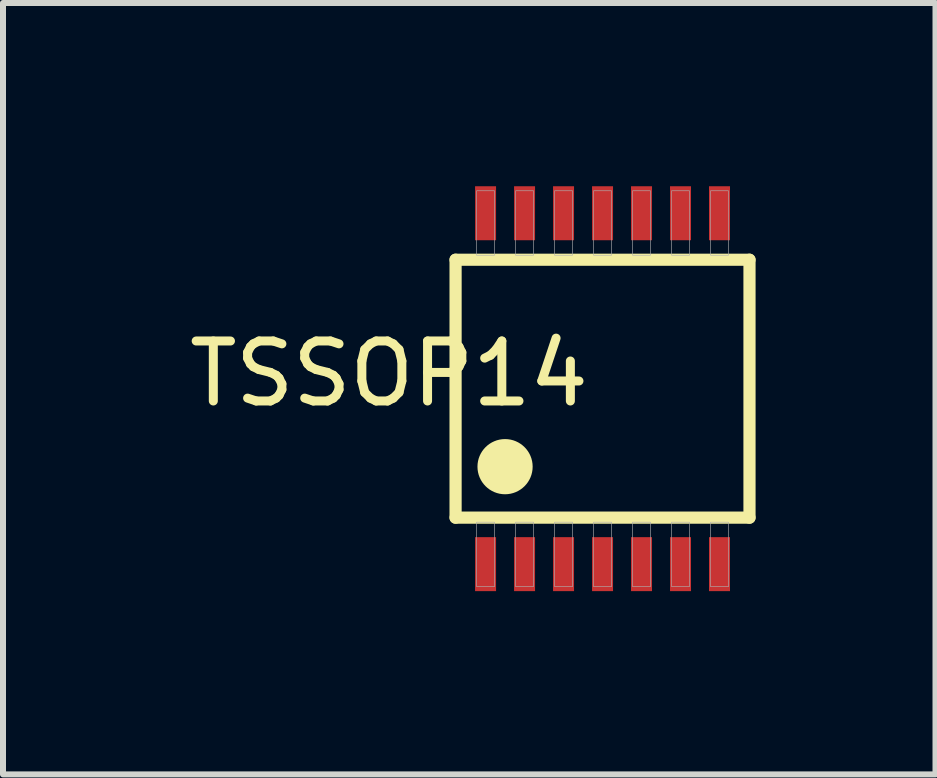
<source format=kicad_pcb>
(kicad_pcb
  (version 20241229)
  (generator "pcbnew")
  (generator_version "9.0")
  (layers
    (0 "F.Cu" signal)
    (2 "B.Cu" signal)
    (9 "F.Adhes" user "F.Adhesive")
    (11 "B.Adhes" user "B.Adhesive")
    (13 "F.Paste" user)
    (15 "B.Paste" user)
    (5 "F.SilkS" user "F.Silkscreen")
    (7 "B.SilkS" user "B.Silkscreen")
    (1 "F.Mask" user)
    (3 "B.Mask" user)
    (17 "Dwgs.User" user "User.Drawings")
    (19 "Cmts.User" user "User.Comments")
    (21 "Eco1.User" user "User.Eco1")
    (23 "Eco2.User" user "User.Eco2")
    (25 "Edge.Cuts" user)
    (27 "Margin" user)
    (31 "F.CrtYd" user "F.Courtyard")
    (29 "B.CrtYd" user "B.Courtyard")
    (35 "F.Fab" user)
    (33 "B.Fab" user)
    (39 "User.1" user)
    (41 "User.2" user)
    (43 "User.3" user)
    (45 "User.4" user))
  (footprint "TSSOP14"
    (layer "F.Cu")
    (at 6.995 3.43)
    (property "Reference" "TSSOP14" (at -3.56 -0.25 180) (layer "F.SilkS") (effects (font (size 1 1) (thickness 0.15))))
    (attr through_hole)
    (fp_poly (pts (xy -2.175 -3.425) (xy -1.725 -3.425) (xy -1.725 -2.425) (xy -2.175 -2.425)) (stroke (width 0.01) (type solid)) (fill yes) (layer "F.Mask"))
    (fp_poly (pts (xy -2.175 2.425) (xy -1.725 2.425) (xy -1.725 3.425) (xy -2.175 3.425)) (stroke (width 0.01) (type solid)) (fill yes) (layer "F.Mask"))
    (fp_poly (pts (xy -1.525 -3.425) (xy -1.075 -3.425) (xy -1.075 -2.425) (xy -1.525 -2.425)) (stroke (width 0.01) (type solid)) (fill yes) (layer "F.Mask"))
    (fp_poly (pts (xy -1.525 2.425) (xy -1.075 2.425) (xy -1.075 3.425) (xy -1.525 3.425)) (stroke (width 0.01) (type solid)) (fill yes) (layer "F.Mask"))
    (fp_poly (pts (xy -0.875 -3.425) (xy -0.425 -3.425) (xy -0.425 -2.425) (xy -0.875 -2.425)) (stroke (width 0.01) (type solid)) (fill yes) (layer "F.Mask"))
    (fp_poly (pts (xy -0.875 2.425) (xy -0.425 2.425) (xy -0.425 3.425) (xy -0.875 3.425)) (stroke (width 0.01) (type solid)) (fill yes) (layer "F.Mask"))
    (fp_poly (pts (xy -0.225 -3.425) (xy 0.225 -3.425) (xy 0.225 -2.425) (xy -0.225 -2.425)) (stroke (width 0.01) (type solid)) (fill yes) (layer "F.Mask"))
    (fp_poly (pts (xy -0.225 2.425) (xy 0.225 2.425) (xy 0.225 3.425) (xy -0.225 3.425)) (stroke (width 0.01) (type solid)) (fill yes) (layer "F.Mask"))
    (fp_poly (pts (xy 0.425 -3.425) (xy 0.875 -3.425) (xy 0.875 -2.425) (xy 0.425 -2.425)) (stroke (width 0.01) (type solid)) (fill yes) (layer "F.Mask"))
    (fp_poly (pts (xy 0.425 2.425) (xy 0.875 2.425) (xy 0.875 3.425) (xy 0.425 3.425)) (stroke (width 0.01) (type solid)) (fill yes) (layer "F.Mask"))
    (fp_poly (pts (xy 1.075 -3.425) (xy 1.525 -3.425) (xy 1.525 -2.425) (xy 1.075 -2.425)) (stroke (width 0.01) (type solid)) (fill yes) (layer "F.Mask"))
    (fp_poly (pts (xy 1.075 2.425) (xy 1.525 2.425) (xy 1.525 3.425) (xy 1.075 3.425)) (stroke (width 0.01) (type solid)) (fill yes) (layer "F.Mask"))
    (fp_poly (pts (xy 1.725 -3.425) (xy 2.175 -3.425) (xy 2.175 -2.425) (xy 1.725 -2.425)) (stroke (width 0.01) (type solid)) (fill yes) (layer "F.Mask"))
    (fp_poly (pts (xy 1.725 2.425) (xy 2.175 2.425) (xy 2.175 3.425) (xy 1.725 3.425)) (stroke (width 0.01) (type solid)) (fill yes) (layer "F.Mask"))
    (fp_line (start -2.45 -2.15) (end 2.45 -2.15) (stroke (width 0.203) (type solid)) (layer "F.SilkS"))
    (fp_line (start -2.45 2.15) (end -2.45 -2.15) (stroke (width 0.203) (type solid)) (layer "F.SilkS"))
    (fp_line (start 2.45 -2.15) (end 2.45 2.15) (stroke (width 0.203) (type solid)) (layer "F.SilkS"))
    (fp_line (start 2.45 2.15) (end -2.45 2.15) (stroke (width 0.203) (type solid)) (layer "F.SilkS"))
    (fp_circle (center -1.625 1.3) (end -1.165 1.3) (stroke (width 0) (type solid)) (fill yes) (layer "F.SilkS"))
    (fp_poly (pts (xy -2.1 -3.3) (xy -1.8 -3.3) (xy -1.8 -2.225) (xy -2.1 -2.225)) (stroke (width 0.01) (type solid)) (fill no) (layer "F.Fab"))
    (fp_poly (pts (xy -2.1 2.225) (xy -1.8 2.225) (xy -1.8 3.3) (xy -2.1 3.3)) (stroke (width 0.01) (type solid)) (fill no) (layer "F.Fab"))
    (fp_poly (pts (xy -1.45 -3.3) (xy -1.15 -3.3) (xy -1.15 -2.225) (xy -1.45 -2.225)) (stroke (width 0.01) (type solid)) (fill no) (layer "F.Fab"))
    (fp_poly (pts (xy -1.45 2.225) (xy -1.15 2.225) (xy -1.15 3.3) (xy -1.45 3.3)) (stroke (width 0.01) (type solid)) (fill no) (layer "F.Fab"))
    (fp_poly (pts (xy -0.8 -3.3) (xy -0.5 -3.3) (xy -0.5 -2.225) (xy -0.8 -2.225)) (stroke (width 0.01) (type solid)) (fill no) (layer "F.Fab"))
    (fp_poly (pts (xy -0.8 2.225) (xy -0.5 2.225) (xy -0.5 3.3) (xy -0.8 3.3)) (stroke (width 0.01) (type solid)) (fill no) (layer "F.Fab"))
    (fp_poly (pts (xy -0.15 -3.3) (xy 0.15 -3.3) (xy 0.15 -2.225) (xy -0.15 -2.225)) (stroke (width 0.01) (type solid)) (fill no) (layer "F.Fab"))
    (fp_poly (pts (xy -0.15 2.225) (xy 0.15 2.225) (xy 0.15 3.3) (xy -0.15 3.3)) (stroke (width 0.01) (type solid)) (fill no) (layer "F.Fab"))
    (fp_poly (pts (xy 0.5 -3.3) (xy 0.8 -3.3) (xy 0.8 -2.225) (xy 0.5 -2.225)) (stroke (width 0.01) (type solid)) (fill no) (layer "F.Fab"))
    (fp_poly (pts (xy 0.5 2.225) (xy 0.8 2.225) (xy 0.8 3.3) (xy 0.5 3.3)) (stroke (width 0.01) (type solid)) (fill no) (layer "F.Fab"))
    (fp_poly (pts (xy 1.15 -3.3) (xy 1.45 -3.3) (xy 1.45 -2.225) (xy 1.15 -2.225)) (stroke (width 0.01) (type solid)) (fill no) (layer "F.Fab"))
    (fp_poly (pts (xy 1.15 2.225) (xy 1.45 2.225) (xy 1.45 3.3) (xy 1.15 3.3)) (stroke (width 0.01) (type solid)) (fill no) (layer "F.Fab"))
    (fp_poly (pts (xy 1.8 -3.3) (xy 2.1 -3.3) (xy 2.1 -2.225) (xy 1.8 -2.225)) (stroke (width 0.01) (type solid)) (fill no) (layer "F.Fab"))
    (fp_poly (pts (xy 1.8 2.225) (xy 2.1 2.225) (xy 2.1 3.3) (xy 1.8 3.3)) (stroke (width 0.01) (type solid)) (fill no) (layer "F.Fab"))
    (pad "1" smd rect (at -1.95 2.925) (size 0.35 0.9) (layers "F.Cu" "F.Paste"))
    (pad "2" smd rect (at -1.3 2.925) (size 0.35 0.9) (layers "F.Cu" "F.Paste"))
    (pad "3" smd rect (at -0.65 2.925) (size 0.35 0.9) (layers "F.Cu" "F.Paste"))
    (pad "4" smd rect (at 0 2.925) (size 0.35 0.9) (layers "F.Cu" "F.Paste"))
    (pad "5" smd rect (at 0.65 2.925) (size 0.35 0.9) (layers "F.Cu" "F.Paste"))
    (pad "6" smd rect (at 1.3 2.925) (size 0.35 0.9) (layers "F.Cu" "F.Paste"))
    (pad "7" smd rect (at 1.95 2.925) (size 0.35 0.9) (layers "F.Cu" "F.Paste"))
    (pad "8" smd rect (at 1.95 -2.925 180) (size 0.35 0.9) (layers "F.Cu" "F.Paste"))
    (pad "9" smd rect (at 1.3 -2.925 180) (size 0.35 0.9) (layers "F.Cu" "F.Paste"))
    (pad "10" smd rect (at 0.65 -2.925 180) (size 0.35 0.9) (layers "F.Cu" "F.Paste"))
    (pad "11" smd rect (at 0 -2.925 180) (size 0.35 0.9) (layers "F.Cu" "F.Paste"))
    (pad "12" smd rect (at -0.65 -2.925 180) (size 0.35 0.9) (layers "F.Cu" "F.Paste"))
    (pad "13" smd rect (at -1.3 -2.925 180) (size 0.35 0.9) (layers "F.Cu" "F.Paste"))
    (pad "14" smd rect (at -1.95 -2.925 180) (size 0.35 0.9) (layers "F.Cu" "F.Paste")))
  (gr_rect
    (start -3 -3)
    (end 12.546 9.86)
    (stroke (width 0.1) (type default))
    (fill no)
    (layer "Edge.Cuts")))
</source>
